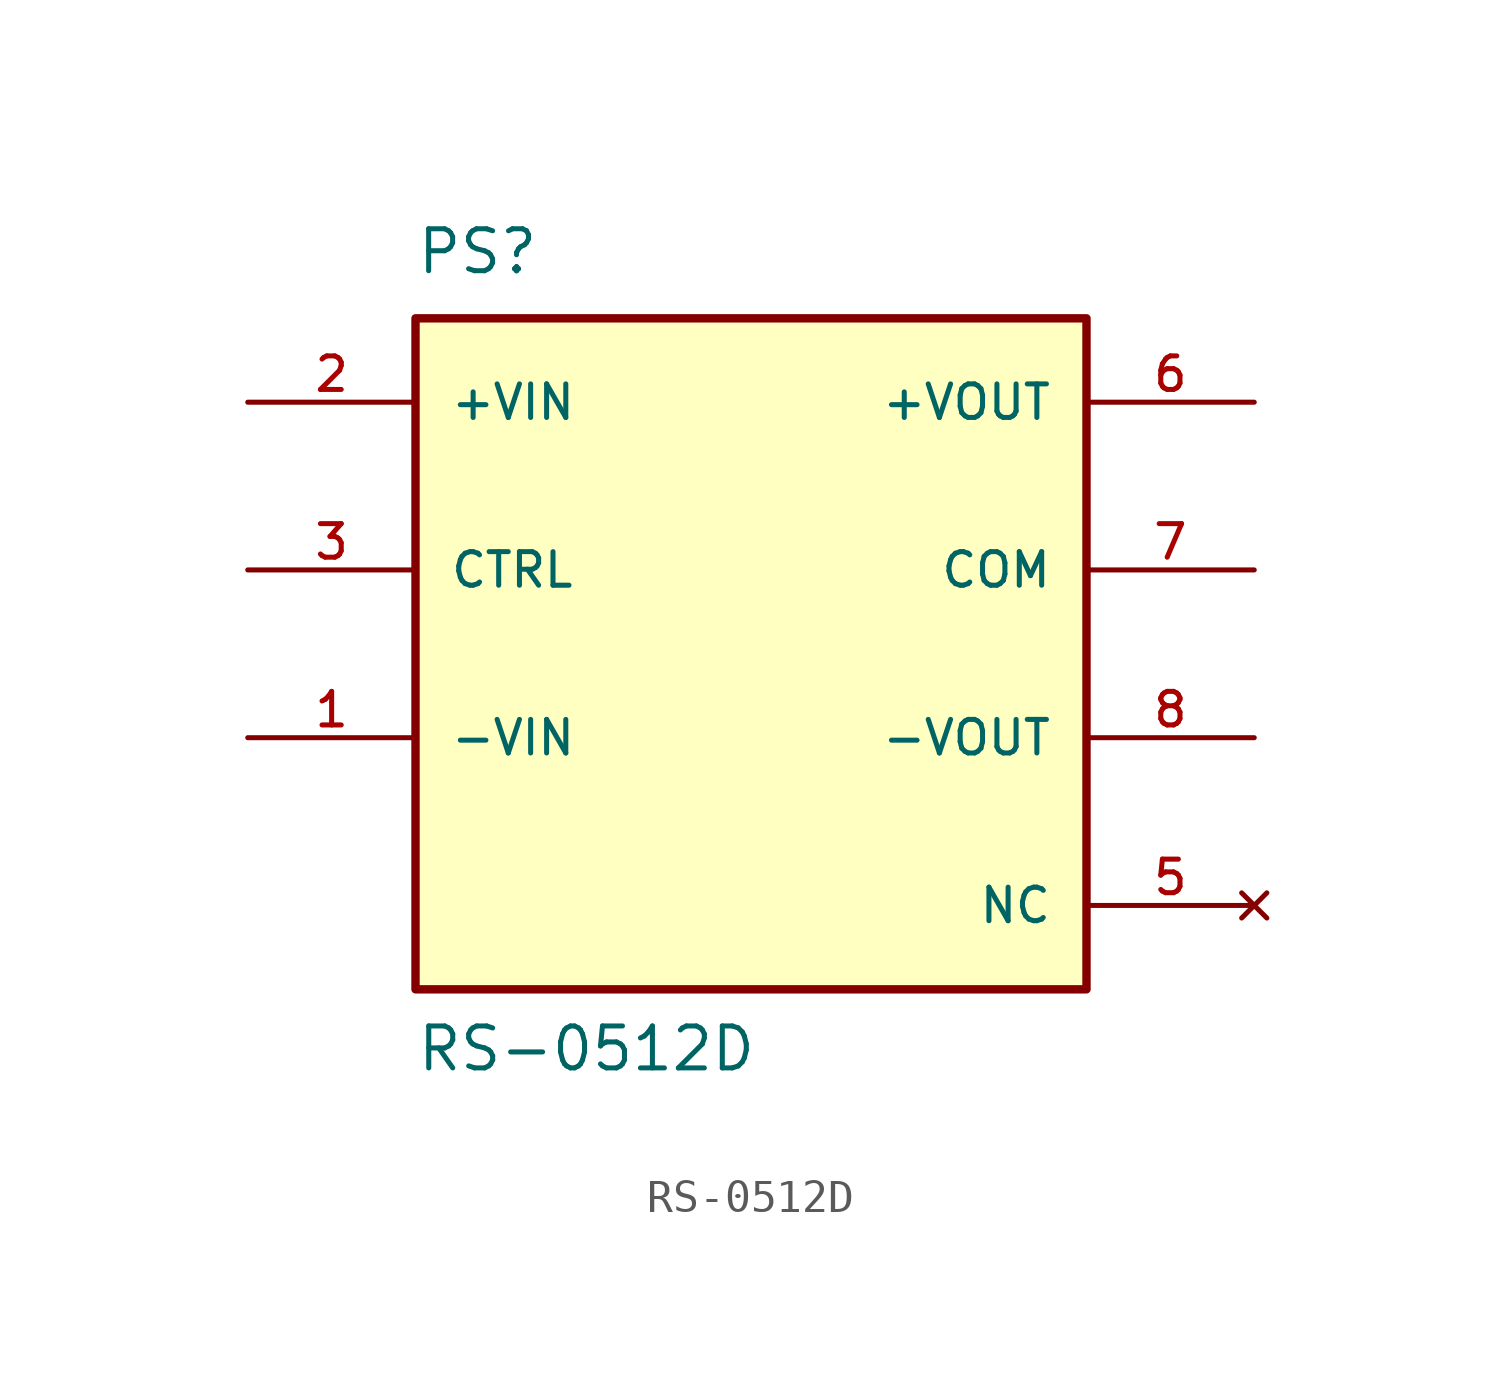
<source format=kicad_sym>
(kicad_symbol_lib
  (version 20211014)
  (generator kicad_symbol_editor)
  (symbol "RS-0512D"
    (pin_names
      (offset 1.016))
    (property "Reference" "PS"
      (at -10.164 11.438 0)
      (effects (font (size 1.27 1.27)) (justify bottom left)))
    (property "Value" "RS-0512D"
      (at -10.161 -12.703 0)
      (effects (font (size 1.27 1.27)) (justify bottom left)))
    (symbol "RS-0512D_0_0"
      (rectangle (start -10.16 -10.16) (end 10.16 10.16) (stroke (width 0.254)) (fill (type background)))
      (pin input line (at -15.24 7.62 0) (length 5.08) (name "+VIN" (effects (font (size 1.016 1.016)))) (number "2" (effects (font (size 1.016 1.016)))))
      (pin output line (at 15.24 7.62 180.0) (length 5.08) (name "+VOUT" (effects (font (size 1.016 1.016)))) (number "6" (effects (font (size 1.016 1.016)))))
      (pin output line (at 15.24 -2.54 180.0) (length 5.08) (name "-VOUT" (effects (font (size 1.016 1.016)))) (number "8" (effects (font (size 1.016 1.016)))))
      (pin input line (at -15.24 -2.54 0) (length 5.08) (name "-VIN" (effects (font (size 1.016 1.016)))) (number "1" (effects (font (size 1.016 1.016)))))
      (pin input line (at -15.24 2.54 0) (length 5.08) (name "CTRL" (effects (font (size 1.016 1.016)))) (number "3" (effects (font (size 1.016 1.016)))))
      (pin power_in line (at 15.24 2.54 180.0) (length 5.08) (name "COM" (effects (font (size 1.016 1.016)))) (number "7" (effects (font (size 1.016 1.016)))))
      (pin no_connect line (at 15.24 -7.62 180.0) (length 5.08) (name "NC" (effects (font (size 1.016 1.016)))) (number "5" (effects (font (size 1.016 1.016))))))))
</source>
